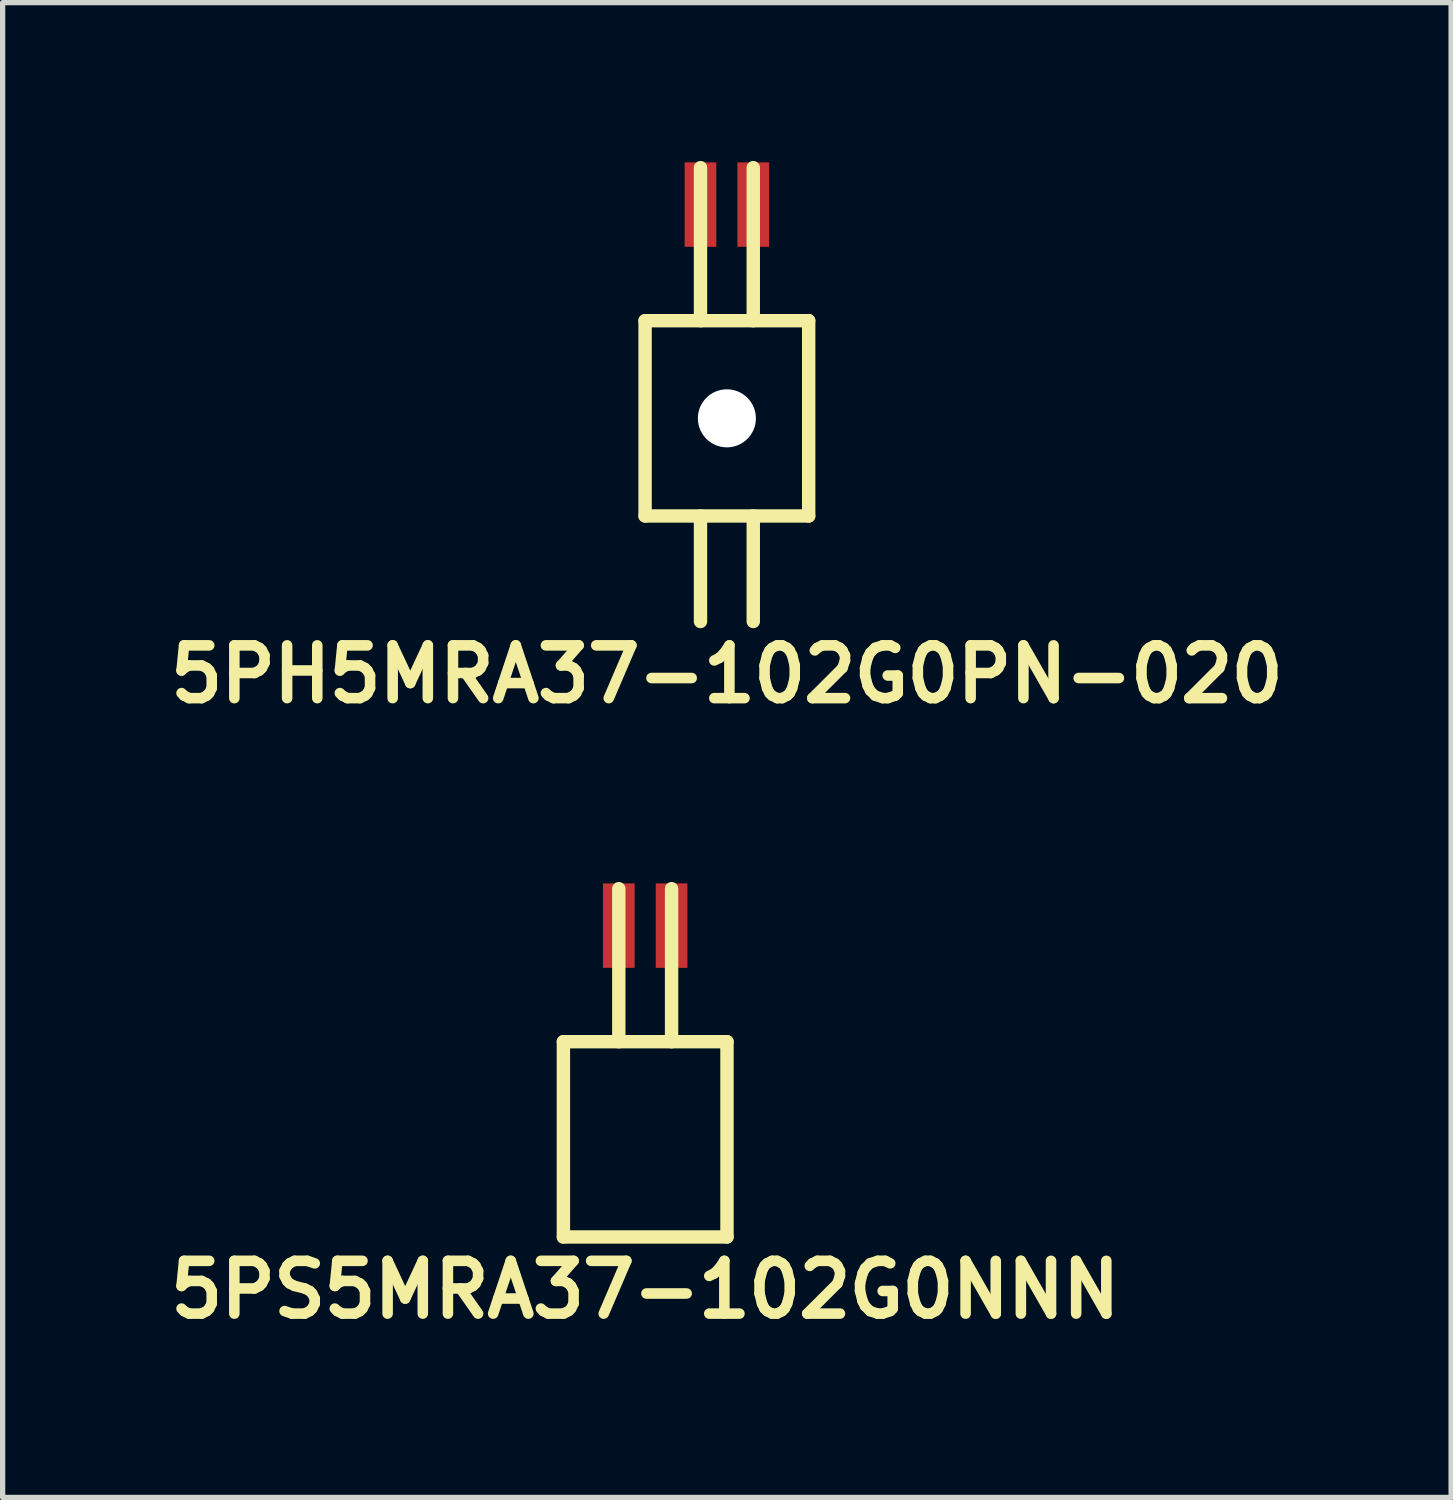
<source format=kicad_pcb>
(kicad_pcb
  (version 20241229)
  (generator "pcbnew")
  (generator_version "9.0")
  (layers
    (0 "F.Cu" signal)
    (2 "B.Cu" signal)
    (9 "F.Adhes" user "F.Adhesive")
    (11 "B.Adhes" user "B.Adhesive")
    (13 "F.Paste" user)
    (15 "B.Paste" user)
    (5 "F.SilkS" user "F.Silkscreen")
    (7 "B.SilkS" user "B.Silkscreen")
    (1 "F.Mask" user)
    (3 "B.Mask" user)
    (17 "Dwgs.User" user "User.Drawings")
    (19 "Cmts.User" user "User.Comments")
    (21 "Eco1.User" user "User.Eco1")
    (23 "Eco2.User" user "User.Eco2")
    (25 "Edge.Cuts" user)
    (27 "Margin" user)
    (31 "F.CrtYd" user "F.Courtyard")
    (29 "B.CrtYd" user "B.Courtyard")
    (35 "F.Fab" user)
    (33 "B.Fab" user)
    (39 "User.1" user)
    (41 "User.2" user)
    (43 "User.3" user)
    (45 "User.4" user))
  (footprint "5PH5MRA37-102G0PN-020"
    (layer "F.Cu")
    (at 10.724 3.327)
    (property "Reference" "5PH5MRA37-102G0PN-020" (at 0 6.4 0) (layer "F.SilkS") (effects (font (size 1 1) (thickness 0.2))))
    (attr through_hole)
    (fp_line (start -1.55 -0.3) (end 1.55 -0.3) (stroke (width 0.254) (type solid)) (layer "F.SilkS"))
    (fp_line (start -1.55 -0.3) (end -1.55 3.4) (stroke (width 0.254) (type solid)) (layer "F.SilkS"))
    (fp_line (start -1.55 3.4) (end 1.55 3.4) (stroke (width 0.254) (type solid)) (layer "F.SilkS"))
    (fp_line (start -0.5 -0.3) (end -0.5 -3.2) (stroke (width 0.254) (type solid)) (layer "F.SilkS"))
    (fp_line (start -0.5 3.4) (end -0.5 5.4) (stroke (width 0.254) (type solid)) (layer "F.SilkS"))
    (fp_line (start 0.5 -0.3) (end 0.5 -3.2) (stroke (width 0.254) (type solid)) (layer "F.SilkS"))
    (fp_line (start 0.5 3.4) (end 0.5 5.4) (stroke (width 0.254) (type solid)) (layer "F.SilkS"))
    (fp_line (start 1.55 -0.3) (end 1.55 3.4) (stroke (width 0.254) (type solid)) (layer "F.SilkS"))
    (pad "" np_thru_hole circle (at 0 1.55) (size 1.1 1.1) (drill 1.1) (layers "*.Cu" "*.Mask"))
    (pad "1" smd rect (at 0.5 -2.5) (size 0.6 1.6) (layers "F.Cu" "F.Mask" "F.Paste"))
    (pad "2" smd rect (at -0.5 -2.5) (size 0.6 1.6) (layers "F.Cu" "F.Mask" "F.Paste")))
  (footprint "5PS5MRA37-102G0NNN"
    (layer "F.Cu")
    (at 9.176 16.99)
    (property "Reference" "5PS5MRA37-102G0NNN" (at 0 4.4 0) (layer "F.SilkS") (effects (font (size 1 1) (thickness 0.2))))
    (attr through_hole)
    (fp_line (start -1.55 -0.3) (end 1.55 -0.3) (stroke (width 0.254) (type solid)) (layer "F.SilkS"))
    (fp_line (start -1.55 -0.3) (end -1.55 3.4) (stroke (width 0.254) (type solid)) (layer "F.SilkS"))
    (fp_line (start -1.55 3.4) (end 1.55 3.4) (stroke (width 0.254) (type solid)) (layer "F.SilkS"))
    (fp_line (start -0.5 -0.3) (end -0.5 -3.2) (stroke (width 0.254) (type solid)) (layer "F.SilkS"))
    (fp_line (start 0.5 -0.3) (end 0.5 -3.2) (stroke (width 0.254) (type solid)) (layer "F.SilkS"))
    (fp_line (start 1.55 -0.3) (end 1.55 3.4) (stroke (width 0.254) (type solid)) (layer "F.SilkS"))
    (pad "1" smd rect (at -0.5 -2.5) (size 0.6 1.6) (layers "F.Cu" "F.Mask" "F.Paste"))
    (pad "2" smd rect (at 0.5 -2.5) (size 0.6 1.6) (layers "F.Cu" "F.Mask" "F.Paste")))
  (gr_rect
    (start -3 -3)
    (end 24.448 25.326)
    (stroke (width 0.1) (type default))
    (fill no)
    (layer "Edge.Cuts")))
</source>
